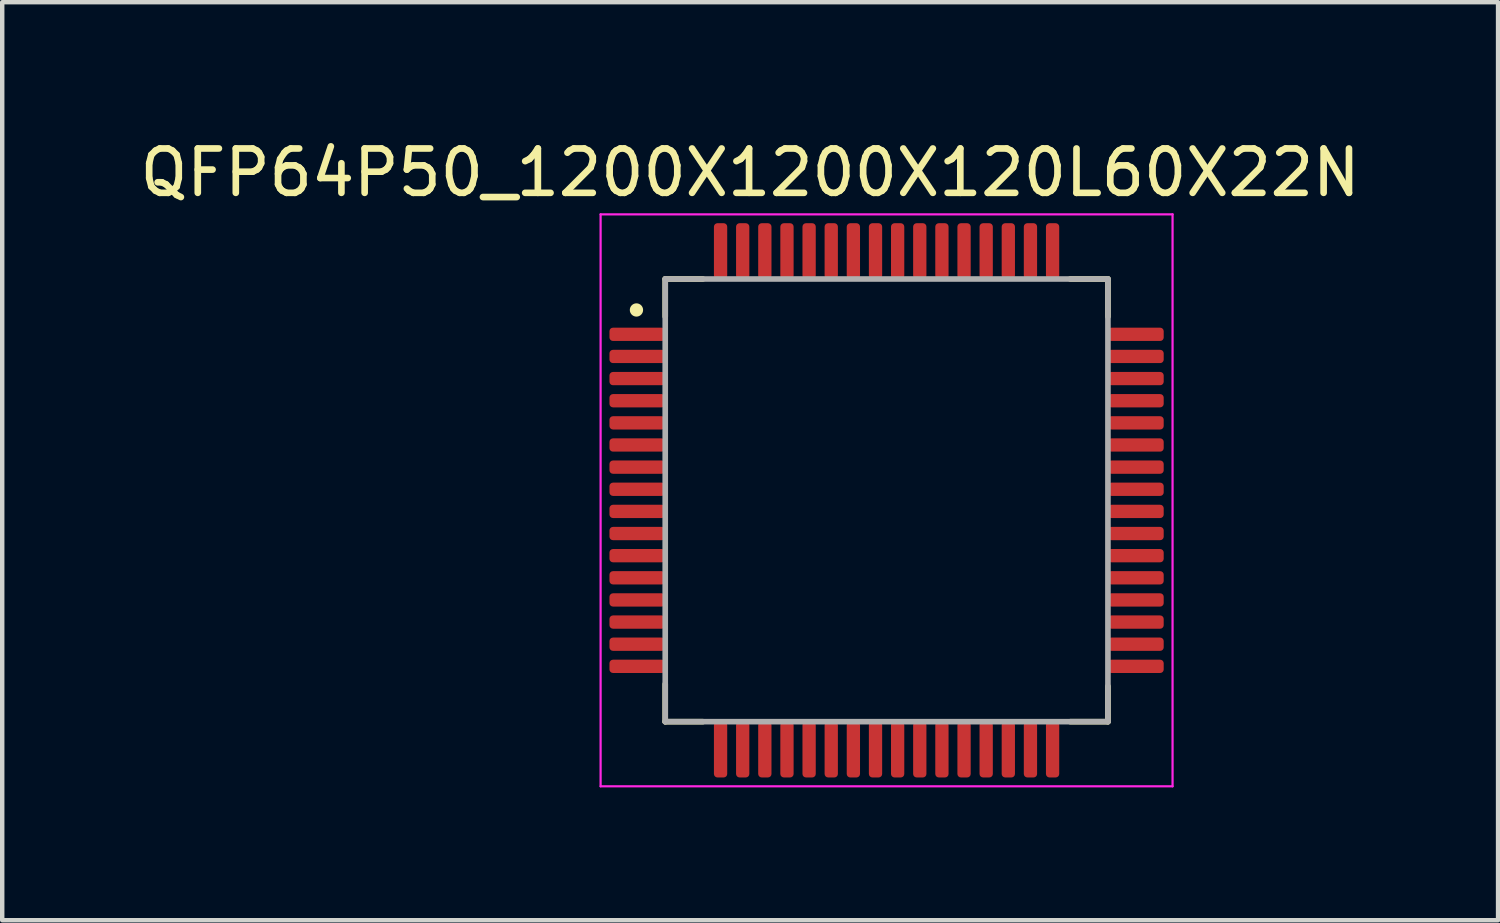
<source format=kicad_pcb>
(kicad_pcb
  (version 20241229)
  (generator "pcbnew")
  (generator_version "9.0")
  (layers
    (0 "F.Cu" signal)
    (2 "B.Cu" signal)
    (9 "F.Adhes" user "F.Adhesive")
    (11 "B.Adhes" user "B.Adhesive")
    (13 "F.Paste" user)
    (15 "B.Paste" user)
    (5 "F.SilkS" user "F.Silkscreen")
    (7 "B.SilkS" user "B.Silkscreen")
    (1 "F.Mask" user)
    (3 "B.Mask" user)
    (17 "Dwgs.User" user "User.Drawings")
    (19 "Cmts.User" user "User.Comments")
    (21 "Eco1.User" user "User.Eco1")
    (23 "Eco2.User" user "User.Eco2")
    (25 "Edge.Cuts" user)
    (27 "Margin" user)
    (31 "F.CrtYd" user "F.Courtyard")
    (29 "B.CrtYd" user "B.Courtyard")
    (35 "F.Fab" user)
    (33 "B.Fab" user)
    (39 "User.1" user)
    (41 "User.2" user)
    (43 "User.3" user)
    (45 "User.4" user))
  (footprint "QFP64P50_1200X1200X120L60X22N"
    (layer "F.Cu")
    (at 16.977 8.252)
    (property "Reference" "QFP64P50_1200X1200X120L60X22N" (at -3.082 -7.402 0) (layer "F.SilkS") (effects (font (size 1.002 1.002) (thickness 0.15))))
    (attr smd)
    (fp_line (start -5 -5) (end -5 -4.15) (stroke (width 0.127) (type solid)) (layer "F.SilkS"))
    (fp_line (start -5 5) (end -5 4.15) (stroke (width 0.127) (type solid)) (layer "F.SilkS"))
    (fp_line (start -4.15 -5) (end -5 -5) (stroke (width 0.127) (type solid)) (layer "F.SilkS"))
    (fp_line (start -4.15 5) (end -5 5) (stroke (width 0.127) (type solid)) (layer "F.SilkS"))
    (fp_line (start 4.15 -5) (end 5 -5) (stroke (width 0.127) (type solid)) (layer "F.SilkS"))
    (fp_line (start 5 -5) (end 5 -4.15) (stroke (width 0.127) (type solid)) (layer "F.SilkS"))
    (fp_line (start 5 4.2) (end 5 5) (stroke (width 0.127) (type solid)) (layer "F.SilkS"))
    (fp_line (start 5 5) (end 4.15 5) (stroke (width 0.127) (type solid)) (layer "F.SilkS"))
    (fp_circle (center -5.65 -4.3) (end -5.5 -4.3) (stroke (width 0) (type solid)) (fill yes) (layer "F.SilkS"))
    (fp_line (start -6.46 -6.46) (end -6.46 6.46) (stroke (width 0.05) (type solid)) (layer "F.CrtYd"))
    (fp_line (start -6.46 6.46) (end 6.46 6.46) (stroke (width 0.05) (type solid)) (layer "F.CrtYd"))
    (fp_line (start 6.46 -6.46) (end -6.46 -6.46) (stroke (width 0.05) (type solid)) (layer "F.CrtYd"))
    (fp_line (start 6.46 6.46) (end 6.46 -6.46) (stroke (width 0.05) (type solid)) (layer "F.CrtYd"))
    (fp_line (start -5 -5) (end -5 5) (stroke (width 0.127) (type solid)) (layer "F.Fab"))
    (fp_line (start -5 5) (end 5 5) (stroke (width 0.127) (type solid)) (layer "F.Fab"))
    (fp_line (start 5 -5) (end -5 -5) (stroke (width 0.127) (type solid)) (layer "F.Fab"))
    (fp_line (start 5 5) (end 5 -5) (stroke (width 0.127) (type solid)) (layer "F.Fab"))
    (pad "1" smd roundrect (at -5.63 -3.75) (size 1.26 0.3) (layers "F.Cu" "F.Mask" "F.Paste") (roundrect_rratio 0.265))
    (pad "2" smd roundrect (at -5.63 -3.25) (size 1.26 0.3) (layers "F.Cu" "F.Mask" "F.Paste") (roundrect_rratio 0.265))
    (pad "3" smd roundrect (at -5.63 -2.75) (size 1.26 0.3) (layers "F.Cu" "F.Mask" "F.Paste") (roundrect_rratio 0.265))
    (pad "4" smd roundrect (at -5.63 -2.25) (size 1.26 0.3) (layers "F.Cu" "F.Mask" "F.Paste") (roundrect_rratio 0.265))
    (pad "5" smd roundrect (at -5.63 -1.75) (size 1.26 0.3) (layers "F.Cu" "F.Mask" "F.Paste") (roundrect_rratio 0.265))
    (pad "6" smd roundrect (at -5.63 -1.25) (size 1.26 0.3) (layers "F.Cu" "F.Mask" "F.Paste") (roundrect_rratio 0.265))
    (pad "7" smd roundrect (at -5.63 -0.75) (size 1.26 0.3) (layers "F.Cu" "F.Mask" "F.Paste") (roundrect_rratio 0.265))
    (pad "8" smd roundrect (at -5.63 -0.25) (size 1.26 0.3) (layers "F.Cu" "F.Mask" "F.Paste") (roundrect_rratio 0.265))
    (pad "9" smd roundrect (at -5.63 0.25) (size 1.26 0.3) (layers "F.Cu" "F.Mask" "F.Paste") (roundrect_rratio 0.265))
    (pad "10" smd roundrect (at -5.63 0.75) (size 1.26 0.3) (layers "F.Cu" "F.Mask" "F.Paste") (roundrect_rratio 0.265))
    (pad "11" smd roundrect (at -5.63 1.25) (size 1.26 0.3) (layers "F.Cu" "F.Mask" "F.Paste") (roundrect_rratio 0.265))
    (pad "12" smd roundrect (at -5.63 1.75) (size 1.26 0.3) (layers "F.Cu" "F.Mask" "F.Paste") (roundrect_rratio 0.265))
    (pad "13" smd roundrect (at -5.63 2.25) (size 1.26 0.3) (layers "F.Cu" "F.Mask" "F.Paste") (roundrect_rratio 0.265))
    (pad "14" smd roundrect (at -5.63 2.75) (size 1.26 0.3) (layers "F.Cu" "F.Mask" "F.Paste") (roundrect_rratio 0.265))
    (pad "15" smd roundrect (at -5.63 3.25) (size 1.26 0.3) (layers "F.Cu" "F.Mask" "F.Paste") (roundrect_rratio 0.265))
    (pad "16" smd roundrect (at -5.63 3.75) (size 1.26 0.3) (layers "F.Cu" "F.Mask" "F.Paste") (roundrect_rratio 0.265))
    (pad "17" smd roundrect (at -3.75 5.63) (size 0.3 1.26) (layers "F.Cu" "F.Mask" "F.Paste") (roundrect_rratio 0.265))
    (pad "18" smd roundrect (at -3.25 5.63) (size 0.3 1.26) (layers "F.Cu" "F.Mask" "F.Paste") (roundrect_rratio 0.265))
    (pad "19" smd roundrect (at -2.75 5.63) (size 0.3 1.26) (layers "F.Cu" "F.Mask" "F.Paste") (roundrect_rratio 0.265))
    (pad "20" smd roundrect (at -2.25 5.63) (size 0.3 1.26) (layers "F.Cu" "F.Mask" "F.Paste") (roundrect_rratio 0.265))
    (pad "21" smd roundrect (at -1.75 5.63) (size 0.3 1.26) (layers "F.Cu" "F.Mask" "F.Paste") (roundrect_rratio 0.265))
    (pad "22" smd roundrect (at -1.25 5.63) (size 0.3 1.26) (layers "F.Cu" "F.Mask" "F.Paste") (roundrect_rratio 0.265))
    (pad "23" smd roundrect (at -0.75 5.63) (size 0.3 1.26) (layers "F.Cu" "F.Mask" "F.Paste") (roundrect_rratio 0.265))
    (pad "24" smd roundrect (at -0.25 5.63) (size 0.3 1.26) (layers "F.Cu" "F.Mask" "F.Paste") (roundrect_rratio 0.265))
    (pad "25" smd roundrect (at 0.25 5.63) (size 0.3 1.26) (layers "F.Cu" "F.Mask" "F.Paste") (roundrect_rratio 0.265))
    (pad "26" smd roundrect (at 0.75 5.63) (size 0.3 1.26) (layers "F.Cu" "F.Mask" "F.Paste") (roundrect_rratio 0.265))
    (pad "27" smd roundrect (at 1.25 5.63) (size 0.3 1.26) (layers "F.Cu" "F.Mask" "F.Paste") (roundrect_rratio 0.265))
    (pad "28" smd roundrect (at 1.75 5.63) (size 0.3 1.26) (layers "F.Cu" "F.Mask" "F.Paste") (roundrect_rratio 0.265))
    (pad "29" smd roundrect (at 2.25 5.63) (size 0.3 1.26) (layers "F.Cu" "F.Mask" "F.Paste") (roundrect_rratio 0.265))
    (pad "30" smd roundrect (at 2.75 5.63) (size 0.3 1.26) (layers "F.Cu" "F.Mask" "F.Paste") (roundrect_rratio 0.265))
    (pad "31" smd roundrect (at 3.25 5.63) (size 0.3 1.26) (layers "F.Cu" "F.Mask" "F.Paste") (roundrect_rratio 0.265))
    (pad "32" smd roundrect (at 3.75 5.63) (size 0.3 1.26) (layers "F.Cu" "F.Mask" "F.Paste") (roundrect_rratio 0.265))
    (pad "33" smd roundrect (at 5.63 3.75) (size 1.26 0.3) (layers "F.Cu" "F.Mask" "F.Paste") (roundrect_rratio 0.265))
    (pad "34" smd roundrect (at 5.63 3.25) (size 1.26 0.3) (layers "F.Cu" "F.Mask" "F.Paste") (roundrect_rratio 0.265))
    (pad "35" smd roundrect (at 5.63 2.75) (size 1.26 0.3) (layers "F.Cu" "F.Mask" "F.Paste") (roundrect_rratio 0.265))
    (pad "36" smd roundrect (at 5.63 2.25) (size 1.26 0.3) (layers "F.Cu" "F.Mask" "F.Paste") (roundrect_rratio 0.265))
    (pad "37" smd roundrect (at 5.63 1.75) (size 1.26 0.3) (layers "F.Cu" "F.Mask" "F.Paste") (roundrect_rratio 0.265))
    (pad "38" smd roundrect (at 5.63 1.25) (size 1.26 0.3) (layers "F.Cu" "F.Mask" "F.Paste") (roundrect_rratio 0.265))
    (pad "39" smd roundrect (at 5.63 0.75) (size 1.26 0.3) (layers "F.Cu" "F.Mask" "F.Paste") (roundrect_rratio 0.265))
    (pad "40" smd roundrect (at 5.63 0.25) (size 1.26 0.3) (layers "F.Cu" "F.Mask" "F.Paste") (roundrect_rratio 0.265))
    (pad "41" smd roundrect (at 5.63 -0.25) (size 1.26 0.3) (layers "F.Cu" "F.Mask" "F.Paste") (roundrect_rratio 0.265))
    (pad "42" smd roundrect (at 5.63 -0.75) (size 1.26 0.3) (layers "F.Cu" "F.Mask" "F.Paste") (roundrect_rratio 0.265))
    (pad "43" smd roundrect (at 5.63 -1.25) (size 1.26 0.3) (layers "F.Cu" "F.Mask" "F.Paste") (roundrect_rratio 0.265))
    (pad "44" smd roundrect (at 5.63 -1.75) (size 1.26 0.3) (layers "F.Cu" "F.Mask" "F.Paste") (roundrect_rratio 0.265))
    (pad "45" smd roundrect (at 5.63 -2.25) (size 1.26 0.3) (layers "F.Cu" "F.Mask" "F.Paste") (roundrect_rratio 0.265))
    (pad "46" smd roundrect (at 5.63 -2.75) (size 1.26 0.3) (layers "F.Cu" "F.Mask" "F.Paste") (roundrect_rratio 0.265))
    (pad "47" smd roundrect (at 5.63 -3.25) (size 1.26 0.3) (layers "F.Cu" "F.Mask" "F.Paste") (roundrect_rratio 0.265))
    (pad "48" smd roundrect (at 5.63 -3.75) (size 1.26 0.3) (layers "F.Cu" "F.Mask" "F.Paste") (roundrect_rratio 0.265))
    (pad "49" smd roundrect (at 3.75 -5.63) (size 0.3 1.26) (layers "F.Cu" "F.Mask" "F.Paste") (roundrect_rratio 0.265))
    (pad "50" smd roundrect (at 3.25 -5.63) (size 0.3 1.26) (layers "F.Cu" "F.Mask" "F.Paste") (roundrect_rratio 0.265))
    (pad "51" smd roundrect (at 2.75 -5.63) (size 0.3 1.26) (layers "F.Cu" "F.Mask" "F.Paste") (roundrect_rratio 0.265))
    (pad "52" smd roundrect (at 2.25 -5.63) (size 0.3 1.26) (layers "F.Cu" "F.Mask" "F.Paste") (roundrect_rratio 0.265))
    (pad "53" smd roundrect (at 1.75 -5.63) (size 0.3 1.26) (layers "F.Cu" "F.Mask" "F.Paste") (roundrect_rratio 0.265))
    (pad "54" smd roundrect (at 1.25 -5.63) (size 0.3 1.26) (layers "F.Cu" "F.Mask" "F.Paste") (roundrect_rratio 0.265))
    (pad "55" smd roundrect (at 0.75 -5.63) (size 0.3 1.26) (layers "F.Cu" "F.Mask" "F.Paste") (roundrect_rratio 0.265))
    (pad "56" smd roundrect (at 0.25 -5.63) (size 0.3 1.26) (layers "F.Cu" "F.Mask" "F.Paste") (roundrect_rratio 0.265))
    (pad "57" smd roundrect (at -0.25 -5.63) (size 0.3 1.26) (layers "F.Cu" "F.Mask" "F.Paste") (roundrect_rratio 0.265))
    (pad "58" smd roundrect (at -0.75 -5.63) (size 0.3 1.26) (layers "F.Cu" "F.Mask" "F.Paste") (roundrect_rratio 0.265))
    (pad "59" smd roundrect (at -1.25 -5.63) (size 0.3 1.26) (layers "F.Cu" "F.Mask" "F.Paste") (roundrect_rratio 0.265))
    (pad "60" smd roundrect (at -1.75 -5.63) (size 0.3 1.26) (layers "F.Cu" "F.Mask" "F.Paste") (roundrect_rratio 0.265))
    (pad "61" smd roundrect (at -2.25 -5.63) (size 0.3 1.26) (layers "F.Cu" "F.Mask" "F.Paste") (roundrect_rratio 0.265))
    (pad "62" smd roundrect (at -2.75 -5.63) (size 0.3 1.26) (layers "F.Cu" "F.Mask" "F.Paste") (roundrect_rratio 0.265))
    (pad "63" smd roundrect (at -3.25 -5.63) (size 0.3 1.26) (layers "F.Cu" "F.Mask" "F.Paste") (roundrect_rratio 0.265))
    (pad "64" smd roundrect (at -3.75 -5.63) (size 0.3 1.26) (layers "F.Cu" "F.Mask" "F.Paste") (roundrect_rratio 0.265)))
  (gr_rect
    (start -3 -3)
    (end 30.79 17.737)
    (stroke (width 0.1) (type default))
    (fill no)
    (layer "Edge.Cuts")))
</source>
